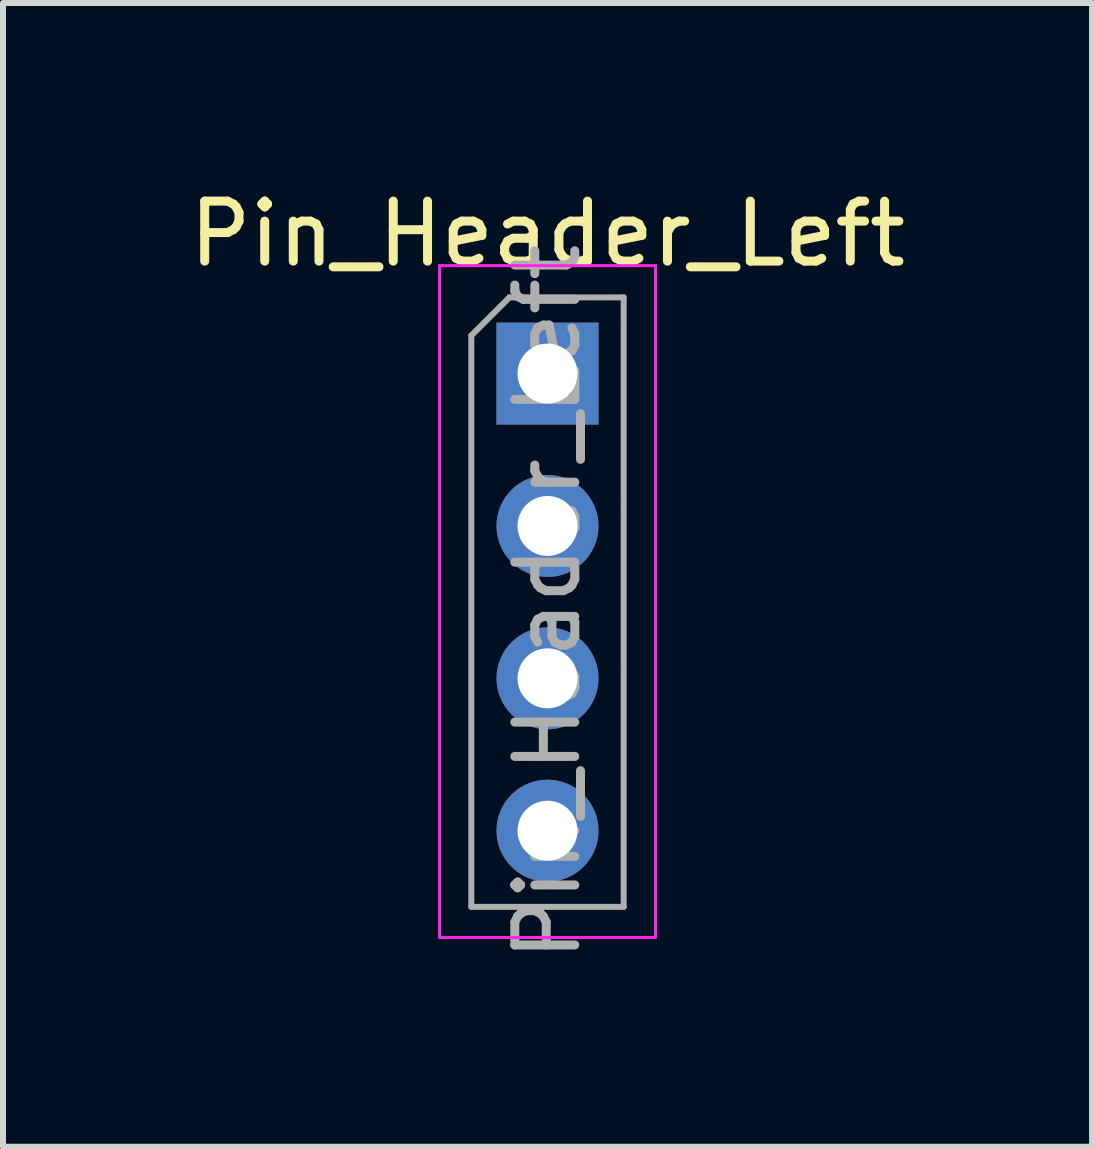
<source format=kicad_pcb>
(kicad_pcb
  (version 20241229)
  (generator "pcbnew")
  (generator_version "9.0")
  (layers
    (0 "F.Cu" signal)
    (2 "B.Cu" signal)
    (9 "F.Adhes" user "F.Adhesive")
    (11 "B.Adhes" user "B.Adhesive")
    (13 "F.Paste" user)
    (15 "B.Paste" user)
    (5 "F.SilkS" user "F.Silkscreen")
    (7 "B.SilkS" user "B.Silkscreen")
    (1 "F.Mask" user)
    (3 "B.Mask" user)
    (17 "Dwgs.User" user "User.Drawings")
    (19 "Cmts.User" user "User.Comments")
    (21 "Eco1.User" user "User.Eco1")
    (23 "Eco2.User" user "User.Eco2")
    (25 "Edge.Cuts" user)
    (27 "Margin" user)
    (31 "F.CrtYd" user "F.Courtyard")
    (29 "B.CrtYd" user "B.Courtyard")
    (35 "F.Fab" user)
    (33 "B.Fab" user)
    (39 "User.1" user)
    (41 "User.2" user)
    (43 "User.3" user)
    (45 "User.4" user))
  (footprint "Pin_Header_Left"
    (layer "F.Cu")
    (at 6.077 3.178)
    (property "Reference" "Pin_Header_Left" (at 0 -2.33 0) (layer "F.SilkS") (effects (font (size 1 1) (thickness 0.15))))
    (attr through_hole)
    (fp_line (start -1.8 -1.8) (end -1.8 9.4) (stroke (width 0.05) (type solid)) (layer "F.CrtYd"))
    (fp_line (start -1.8 9.4) (end 1.8 9.4) (stroke (width 0.05) (type solid)) (layer "F.CrtYd"))
    (fp_line (start 1.8 -1.8) (end -1.8 -1.8) (stroke (width 0.05) (type solid)) (layer "F.CrtYd"))
    (fp_line (start 1.8 9.4) (end 1.8 -1.8) (stroke (width 0.05) (type solid)) (layer "F.CrtYd"))
    (fp_line (start -1.27 -0.635) (end -0.635 -1.27) (stroke (width 0.1) (type solid)) (layer "F.Fab"))
    (fp_line (start -1.27 8.89) (end -1.27 -0.635) (stroke (width 0.1) (type solid)) (layer "F.Fab"))
    (fp_line (start -0.635 -1.27) (end 1.27 -1.27) (stroke (width 0.1) (type solid)) (layer "F.Fab"))
    (fp_line (start 1.27 -1.27) (end 1.27 8.89) (stroke (width 0.1) (type solid)) (layer "F.Fab"))
    (fp_line (start 1.27 8.89) (end -1.27 8.89) (stroke (width 0.1) (type solid)) (layer "F.Fab"))
    (fp_text user "${REFERENCE}" (at 0 3.81 90) (layer "F.Fab") (effects (font (size 1 1) (thickness 0.15))))
    (pad "1" thru_hole rect (at 0 0) (size 1.7 1.7) (drill 1) (layers "*.Cu" "*.Mask"))
    (pad "2" thru_hole oval (at 0 2.54) (size 1.7 1.7) (drill 1) (layers "*.Cu" "*.Mask"))
    (pad "4" thru_hole oval (at 0 5.08) (size 1.7 1.7) (drill 1) (layers "*.Cu" "*.Mask"))
    (pad "5" thru_hole oval (at 0 7.62) (size 1.7 1.7) (drill 1) (layers "*.Cu" "*.Mask")))
  (gr_rect
    (start -3 -3)
    (end 15.155 16.066)
    (stroke (width 0.1) (type default))
    (fill no)
    (layer "Edge.Cuts")))
</source>
